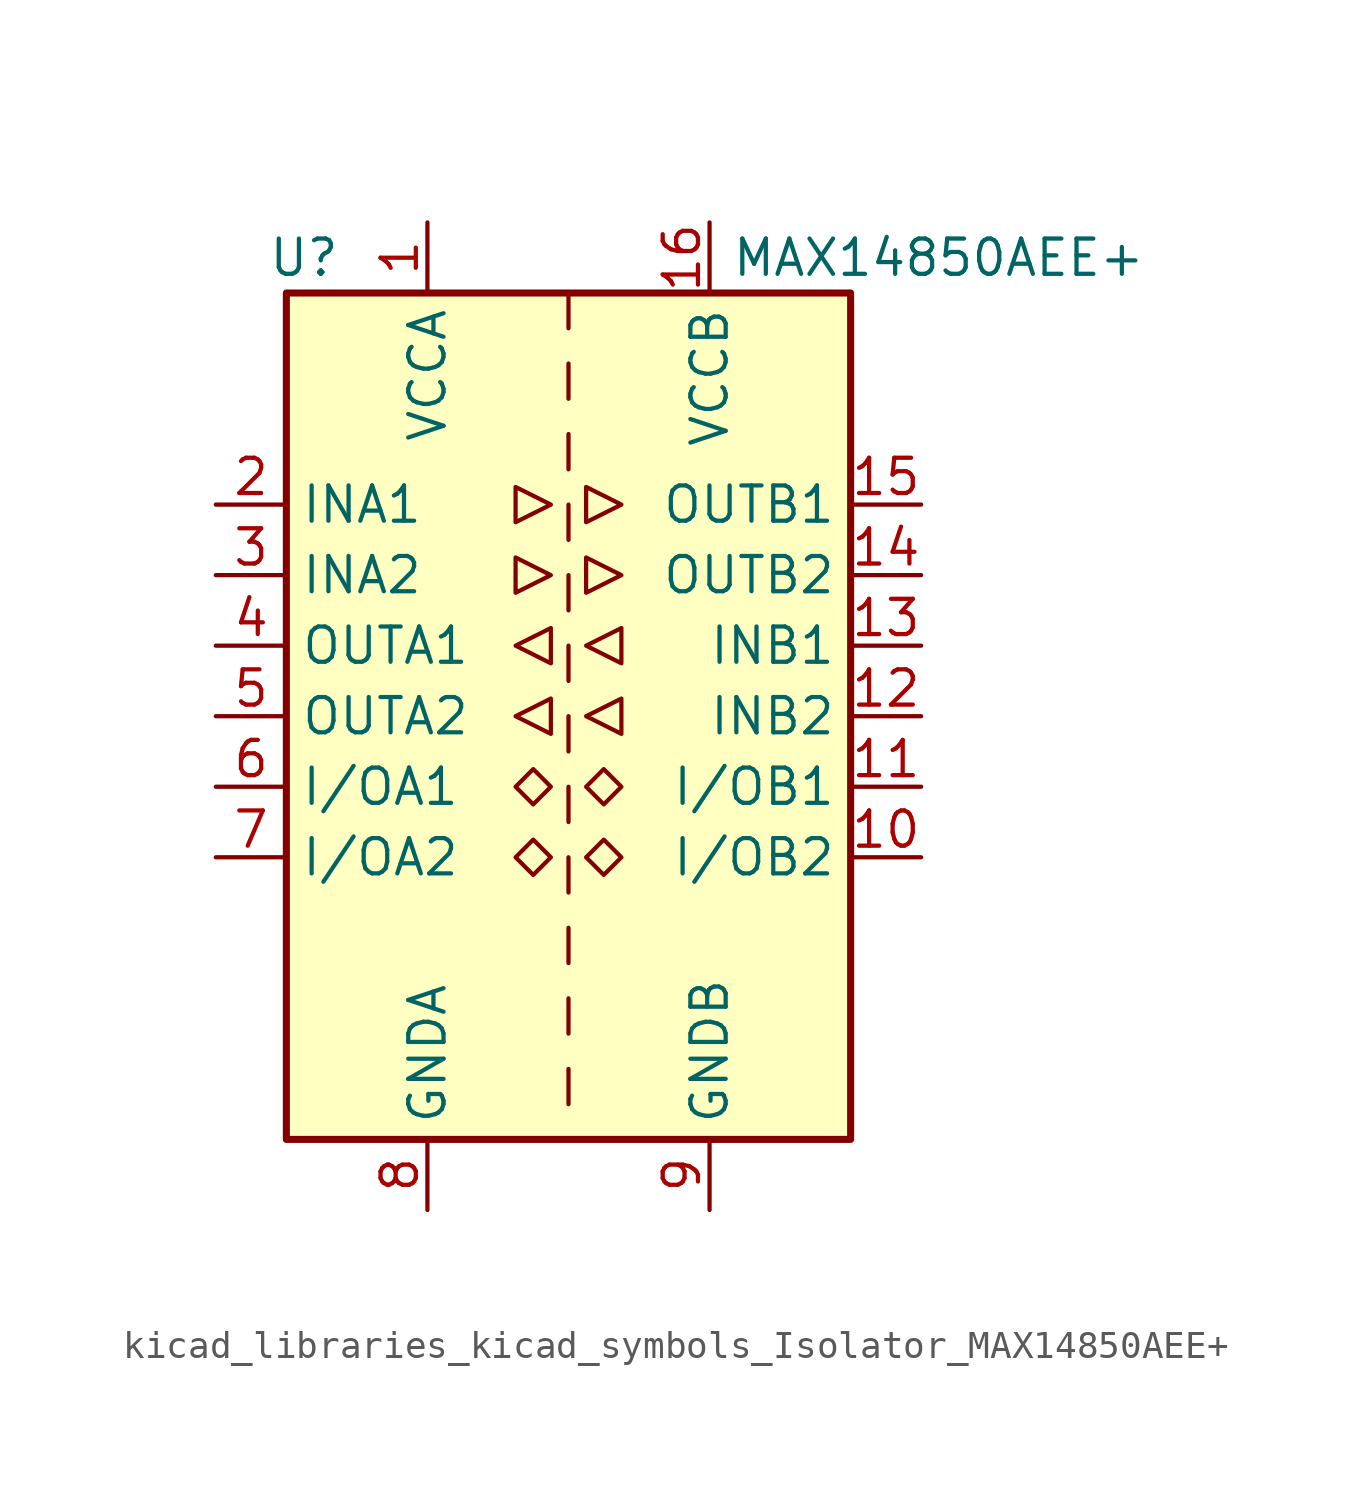
<source format=kicad_sym>
(kicad_symbol_lib
  (version 20220914)
  (generator kicad_symbol_editor)
  (symbol "kicad_libraries_kicad_symbols_Isolator_MAX14850AEE+"
    (property "Reference" "U"
      (at -9.525 16.51 0)
      (effects (font (size 1.27 1.27))))
    (property "Value" "MAX14850AEE+"
      (at 13.335 16.51 0)
      (effects (font (size 1.27 1.27))))
    (symbol "kicad_libraries_kicad_symbols_Isolator_MAX14850AEE+_0_1"
      (rectangle (start -10.16 15.24) (end 10.16 -15.24) (stroke (width 0.254) (type default)) (fill (type background)))
      (polyline (pts (xy 0 -12.7) (xy 0 -13.97)) (stroke (width 0) (type default)) (fill (type none)))
      (polyline (pts (xy 0 -10.16) (xy 0 -11.43)) (stroke (width 0) (type default)) (fill (type none)))
      (polyline (pts (xy 0 -7.62) (xy 0 -8.89)) (stroke (width 0) (type default)) (fill (type none)))
      (polyline (pts (xy 0 -5.08) (xy 0 -6.35)) (stroke (width 0) (type default)) (fill (type none)))
      (polyline (pts (xy 0 -2.54) (xy 0 -3.81)) (stroke (width 0) (type default)) (fill (type none)))
      (polyline (pts (xy 0 0) (xy 0 -1.27)) (stroke (width 0) (type default)) (fill (type none)))
      (polyline (pts (xy 0 2.54) (xy 0 1.27)) (stroke (width 0) (type default)) (fill (type none)))
      (polyline (pts (xy 0 5.08) (xy 0 3.81)) (stroke (width 0) (type default)) (fill (type none)))
      (polyline (pts (xy 0 7.62) (xy 0 6.35)) (stroke (width 0) (type default)) (fill (type none)))
      (polyline (pts (xy 0 10.16) (xy 0 8.89)) (stroke (width 0) (type default)) (fill (type none)))
      (polyline (pts (xy 0 12.7) (xy 0 11.43)) (stroke (width 0) (type default)) (fill (type none)))
      (polyline (pts (xy 0 15.24) (xy 0 13.97)) (stroke (width 0) (type default)) (fill (type none)))
      (polyline (pts (xy -1.905 5.715) (xy -1.905 4.445) (xy -0.635 5.08) (xy -1.905 5.715)) (stroke (width 0) (type default)) (fill (type none)))
      (polyline (pts (xy -1.905 8.255) (xy -1.905 6.985) (xy -0.635 7.62) (xy -1.905 8.255)) (stroke (width 0) (type default)) (fill (type none)))
      (polyline (pts (xy -0.635 -0.635) (xy -0.635 0.635) (xy -1.905 0) (xy -0.635 -0.635)) (stroke (width 0) (type default)) (fill (type none)))
      (polyline (pts (xy -0.635 1.905) (xy -0.635 3.175) (xy -1.905 2.54) (xy -0.635 1.905)) (stroke (width 0) (type default)) (fill (type none)))
      (polyline (pts (xy 0.635 5.715) (xy 0.635 4.445) (xy 1.905 5.08) (xy 0.635 5.715)) (stroke (width 0) (type default)) (fill (type none)))
      (polyline (pts (xy 0.635 8.255) (xy 0.635 6.985) (xy 1.905 7.62) (xy 0.635 8.255)) (stroke (width 0) (type default)) (fill (type none)))
      (polyline (pts (xy 1.905 -0.635) (xy 1.905 0.635) (xy 0.635 0) (xy 1.905 -0.635)) (stroke (width 0) (type default)) (fill (type none)))
      (polyline (pts (xy 1.905 1.905) (xy 1.905 3.175) (xy 0.635 2.54) (xy 1.905 1.905)) (stroke (width 0) (type default)) (fill (type none)))
      (polyline (pts (xy -1.27 -4.445) (xy -1.905 -5.08) (xy -1.27 -5.715) (xy -0.635 -5.08) (xy -1.27 -4.445)) (stroke (width 0) (type default)) (fill (type none)))
      (polyline (pts (xy -1.27 -1.905) (xy -1.905 -2.54) (xy -1.27 -3.175) (xy -0.635 -2.54) (xy -1.27 -1.905)) (stroke (width 0) (type default)) (fill (type none)))
      (polyline (pts (xy 1.27 -4.445) (xy 0.635 -5.08) (xy 1.27 -5.715) (xy 1.905 -5.08) (xy 1.27 -4.445)) (stroke (width 0) (type default)) (fill (type none)))
      (polyline (pts (xy 1.27 -1.905) (xy 0.635 -2.54) (xy 1.27 -3.175) (xy 1.905 -2.54) (xy 1.27 -1.905)) (stroke (width 0) (type default)) (fill (type none))))
    (symbol "kicad_libraries_kicad_symbols_Isolator_MAX14850AEE+_1_1"
      (pin power_in line (at -5.08 17.78 270) (length 2.54) (name "VCCA" (effects (font (size 1.27 1.27)))) (number "1" (effects (font (size 1.27 1.27)))))
      (pin bidirectional line (at 12.7 -5.08 180) (length 2.54) (name "I/OB2" (effects (font (size 1.27 1.27)))) (number "10" (effects (font (size 1.27 1.27)))))
      (pin bidirectional line (at 12.7 -2.54 180) (length 2.54) (name "I/OB1" (effects (font (size 1.27 1.27)))) (number "11" (effects (font (size 1.27 1.27)))))
      (pin input line (at 12.7 0 180) (length 2.54) (name "INB2" (effects (font (size 1.27 1.27)))) (number "12" (effects (font (size 1.27 1.27)))))
      (pin input line (at 12.7 2.54 180) (length 2.54) (name "INB1" (effects (font (size 1.27 1.27)))) (number "13" (effects (font (size 1.27 1.27)))))
      (pin output line (at 12.7 5.08 180) (length 2.54) (name "OUTB2" (effects (font (size 1.27 1.27)))) (number "14" (effects (font (size 1.27 1.27)))))
      (pin output line (at 12.7 7.62 180) (length 2.54) (name "OUTB1" (effects (font (size 1.27 1.27)))) (number "15" (effects (font (size 1.27 1.27)))))
      (pin power_in line (at 5.08 17.78 270) (length 2.54) (name "VCCB" (effects (font (size 1.27 1.27)))) (number "16" (effects (font (size 1.27 1.27)))))
      (pin input line (at -12.7 7.62 0) (length 2.54) (name "INA1" (effects (font (size 1.27 1.27)))) (number "2" (effects (font (size 1.27 1.27)))))
      (pin input line (at -12.7 5.08 0) (length 2.54) (name "INA2" (effects (font (size 1.27 1.27)))) (number "3" (effects (font (size 1.27 1.27)))))
      (pin output line (at -12.7 2.54 0) (length 2.54) (name "OUTA1" (effects (font (size 1.27 1.27)))) (number "4" (effects (font (size 1.27 1.27)))))
      (pin output line (at -12.7 0 0) (length 2.54) (name "OUTA2" (effects (font (size 1.27 1.27)))) (number "5" (effects (font (size 1.27 1.27)))))
      (pin bidirectional line (at -12.7 -2.54 0) (length 2.54) (name "I/OA1" (effects (font (size 1.27 1.27)))) (number "6" (effects (font (size 1.27 1.27)))))
      (pin bidirectional line (at -12.7 -5.08 0) (length 2.54) (name "I/OA2" (effects (font (size 1.27 1.27)))) (number "7" (effects (font (size 1.27 1.27)))))
      (pin power_in line (at -5.08 -17.78 90) (length 2.54) (name "GNDA" (effects (font (size 1.27 1.27)))) (number "8" (effects (font (size 1.27 1.27)))))
      (pin power_in line (at 5.08 -17.78 90) (length 2.54) (name "GNDB" (effects (font (size 1.27 1.27)))) (number "9" (effects (font (size 1.27 1.27))))))))
</source>
